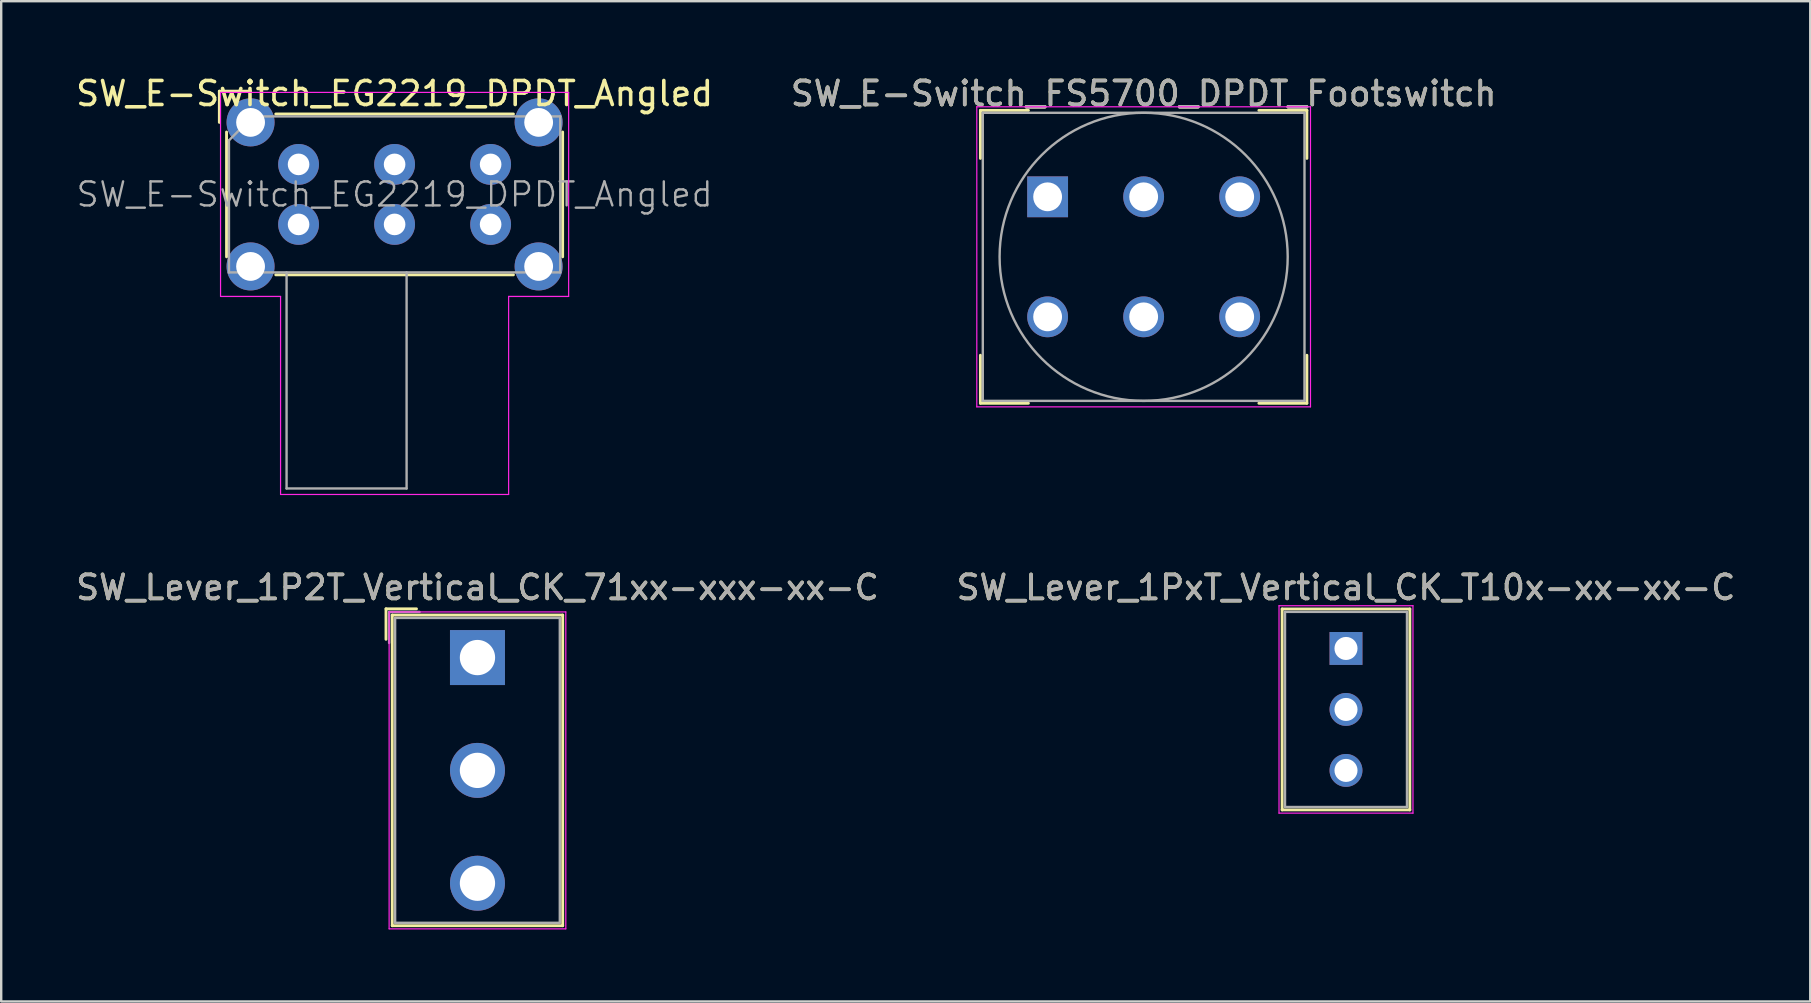
<source format=kicad_pcb>
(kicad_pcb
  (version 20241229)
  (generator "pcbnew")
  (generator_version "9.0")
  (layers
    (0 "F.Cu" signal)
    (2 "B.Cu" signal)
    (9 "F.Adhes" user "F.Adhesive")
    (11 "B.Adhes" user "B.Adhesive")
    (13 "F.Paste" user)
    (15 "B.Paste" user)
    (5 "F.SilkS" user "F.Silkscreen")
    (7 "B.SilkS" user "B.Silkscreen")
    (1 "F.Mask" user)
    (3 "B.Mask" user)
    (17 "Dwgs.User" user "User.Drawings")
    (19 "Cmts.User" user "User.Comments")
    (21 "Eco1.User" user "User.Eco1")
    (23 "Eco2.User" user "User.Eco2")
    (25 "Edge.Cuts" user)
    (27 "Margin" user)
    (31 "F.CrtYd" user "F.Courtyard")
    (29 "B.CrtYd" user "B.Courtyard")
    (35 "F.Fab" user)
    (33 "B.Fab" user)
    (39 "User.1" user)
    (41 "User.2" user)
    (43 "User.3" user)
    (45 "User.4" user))
  (footprint "SW_Lever_1P2T_Vertical_CK_71xx-xxx-xx-C"
    (layer "F.Cu")
    (at 16.839 24.341)
    (property "Reference" "SW_Lever_1P2T_Vertical_CK_71xx-xxx-xx-C" (at 0 -2.92 180) (layer "F.SilkS") (effects (font (size 1 1) (thickness 0.15))))
    (attr through_hole)
    (fp_line (start -3.81 -2.03) (end -3.81 -0.76) (stroke (width 0.12) (type solid)) (layer "F.SilkS"))
    (fp_line (start -3.81 -2.03) (end -2.54 -2.03) (stroke (width 0.12) (type solid)) (layer "F.SilkS"))
    (fp_line (start -3.55 -1.77) (end -3.55 11.17) (stroke (width 0.12) (type solid)) (layer "F.SilkS"))
    (fp_line (start -3.55 -1.77) (end 3.55 -1.77) (stroke (width 0.12) (type solid)) (layer "F.SilkS"))
    (fp_line (start -3.55 11.17) (end 3.55 11.17) (stroke (width 0.12) (type solid)) (layer "F.SilkS"))
    (fp_line (start 3.55 -1.77) (end 3.55 11.17) (stroke (width 0.12) (type solid)) (layer "F.SilkS"))
    (fp_line (start -3.68 -1.9) (end -3.68 11.3) (stroke (width 0.05) (type solid)) (layer "F.CrtYd"))
    (fp_line (start -3.68 -1.9) (end 3.68 -1.9) (stroke (width 0.05) (type solid)) (layer "F.CrtYd"))
    (fp_line (start -3.68 11.3) (end 3.68 11.3) (stroke (width 0.05) (type solid)) (layer "F.CrtYd"))
    (fp_line (start 3.68 -1.9) (end 3.68 11.3) (stroke (width 0.05) (type solid)) (layer "F.CrtYd"))
    (fp_line (start -3.68 -1.9) (end -2.41 -1.9) (stroke (width 0.1) (type solid)) (layer "F.Fab"))
    (fp_line (start -3.68 -0.61) (end -3.68 -1.9) (stroke (width 0.1) (type solid)) (layer "F.Fab"))
    (fp_line (start -3.43 -1.65) (end -3.43 11.05) (stroke (width 0.1) (type solid)) (layer "F.Fab"))
    (fp_line (start -3.43 -1.65) (end 3.43 -1.65) (stroke (width 0.1) (type solid)) (layer "F.Fab"))
    (fp_line (start -3.43 11.05) (end 3.43 11.05) (stroke (width 0.1) (type solid)) (layer "F.Fab"))
    (fp_line (start 3.43 -1.65) (end 3.43 11.05) (stroke (width 0.1) (type solid)) (layer "F.Fab"))
    (fp_text user "${REFERENCE}" (at 0 -2.92 180) (layer "F.Fab") (effects (font (size 1 1) (thickness 0.15))))
    (pad "1" thru_hole rect (at 0 0) (size 2.29 2.29) (drill 1.47) (layers "*.Cu" "*.Mask"))
    (pad "2" thru_hole circle (at 0 4.7) (size 2.29 2.29) (drill 1.47) (layers "*.Cu" "*.Mask"))
    (pad "3" thru_hole circle (at 0 9.4) (size 2.29 2.29) (drill 1.47) (layers "*.Cu" "*.Mask")))
  (footprint "SW_E-Switch_FS5700_DPDT_Footswitch"
    (layer "F.Cu")
    (at 40.589 5.148)
    (property "Reference" "SW_E-Switch_FS5700_DPDT_Footswitch" (at 4 -4.3 0) (layer "F.SilkS") (effects (font (size 1 1) (thickness 0.15))))
    (attr through_hole)
    (fp_line (start -2.8 -3.6) (end -2.8 -1.6) (stroke (width 0.12) (type solid)) (layer "F.SilkS"))
    (fp_line (start -2.8 -3.6) (end -0.8 -3.6) (stroke (width 0.12) (type solid)) (layer "F.SilkS"))
    (fp_line (start -2.8 6.6) (end -2.8 8.6) (stroke (width 0.12) (type solid)) (layer "F.SilkS"))
    (fp_line (start -0.8 8.6) (end -2.8 8.6) (stroke (width 0.12) (type solid)) (layer "F.SilkS"))
    (fp_line (start 8.8 -3.6) (end 10.8 -3.6) (stroke (width 0.12) (type solid)) (layer "F.SilkS"))
    (fp_line (start 10.8 -1.6) (end 10.8 -3.6) (stroke (width 0.12) (type solid)) (layer "F.SilkS"))
    (fp_line (start 10.8 8.6) (end 8.8 8.6) (stroke (width 0.12) (type solid)) (layer "F.SilkS"))
    (fp_line (start 10.8 8.6) (end 10.8 6.6) (stroke (width 0.12) (type solid)) (layer "F.SilkS"))
    (fp_line (start -2.95 -3.75) (end 10.95 -3.75) (stroke (width 0.05) (type solid)) (layer "F.CrtYd"))
    (fp_line (start -2.95 8.75) (end -2.95 -3.75) (stroke (width 0.05) (type solid)) (layer "F.CrtYd"))
    (fp_line (start 10.95 -3.75) (end 10.95 8.75) (stroke (width 0.05) (type solid)) (layer "F.CrtYd"))
    (fp_line (start 10.95 8.75) (end -2.95 8.75) (stroke (width 0.05) (type solid)) (layer "F.CrtYd"))
    (fp_line (start -2.7 -3.5) (end 10.7 -3.5) (stroke (width 0.1) (type solid)) (layer "F.Fab"))
    (fp_line (start -2.7 8.5) (end -2.7 -3.5) (stroke (width 0.1) (type solid)) (layer "F.Fab"))
    (fp_line (start 10.7 -3.5) (end 10.7 8.5) (stroke (width 0.1) (type solid)) (layer "F.Fab"))
    (fp_line (start 10.7 8.5) (end -2.7 8.5) (stroke (width 0.1) (type solid)) (layer "F.Fab"))
    (fp_circle (center 4 2.5) (end 10 2.6) (stroke (width 0.1) (type solid)) (fill no) (layer "F.Fab"))
    (fp_text user "${REFERENCE}" (at 4 -4.3 0) (layer "F.Fab") (effects (font (size 1 1) (thickness 0.15))))
    (pad "1" thru_hole rect (at 0 0) (size 1.7 1.7) (drill 1.2) (layers "*.Cu" "*.Mask"))
    (pad "2" thru_hole circle (at 4 0) (size 1.7 1.7) (drill 1.2) (layers "*.Cu" "*.Mask"))
    (pad "3" thru_hole circle (at 8 0) (size 1.7 1.7) (drill 1.2) (layers "*.Cu" "*.Mask"))
    (pad "4" thru_hole circle (at 0 5) (size 1.7 1.7) (drill 1.2) (layers "*.Cu" "*.Mask"))
    (pad "5" thru_hole circle (at 4 5) (size 1.7 1.7) (drill 1.2) (layers "*.Cu" "*.Mask"))
    (pad "6" thru_hole circle (at 8 5) (size 1.7 1.7) (drill 1.2) (layers "*.Cu" "*.Mask")))
  (footprint "SW_Lever_1PxT_Vertical_CK_T10x-xx-xx-C"
    (layer "F.Cu")
    (at 53.018 23.962)
    (property "Reference" "SW_Lever_1PxT_Vertical_CK_T10x-xx-xx-C" (at 0 -2.54 180) (layer "F.SilkS") (effects (font (size 1 1) (thickness 0.15))))
    (attr through_hole)
    (fp_line (start -2.66 -1.645) (end -2.66 6.725) (stroke (width 0.12) (type solid)) (layer "F.SilkS"))
    (fp_line (start -2.66 -1.645) (end 2.66 -1.645) (stroke (width 0.12) (type solid)) (layer "F.SilkS"))
    (fp_line (start -2.66 6.725) (end 2.66 6.725) (stroke (width 0.12) (type solid)) (layer "F.SilkS"))
    (fp_line (start 2.66 -1.645) (end 2.66 6.725) (stroke (width 0.12) (type solid)) (layer "F.SilkS"))
    (fp_line (start -2.79 -1.78) (end -2.79 6.86) (stroke (width 0.05) (type solid)) (layer "F.CrtYd"))
    (fp_line (start -2.79 -1.78) (end 2.79 -1.78) (stroke (width 0.05) (type solid)) (layer "F.CrtYd"))
    (fp_line (start -2.79 6.86) (end 2.79 6.86) (stroke (width 0.05) (type solid)) (layer "F.CrtYd"))
    (fp_line (start 2.79 -1.78) (end 2.79 6.86) (stroke (width 0.05) (type solid)) (layer "F.CrtYd"))
    (fp_line (start -2.54 -1.525) (end -2.54 6.605) (stroke (width 0.1) (type solid)) (layer "F.Fab"))
    (fp_line (start -2.54 -1.525) (end 2.54 -1.525) (stroke (width 0.1) (type solid)) (layer "F.Fab"))
    (fp_line (start -2.54 6.605) (end 2.54 6.605) (stroke (width 0.1) (type solid)) (layer "F.Fab"))
    (fp_line (start 2.54 -1.525) (end 2.54 6.605) (stroke (width 0.1) (type solid)) (layer "F.Fab"))
    (fp_text user "${REFERENCE}" (at 0 -2.54 180) (layer "F.Fab") (effects (font (size 1 1) (thickness 0.15))))
    (pad "1" thru_hole rect (at 0 0) (size 1.37 1.37) (drill 0.96) (layers "*.Cu" "*.Mask"))
    (pad "2" thru_hole circle (at 0 2.54) (size 1.37 1.37) (drill 0.96) (layers "*.Cu" "*.Mask"))
    (pad "3" thru_hole circle (at 0 5.08) (size 1.37 1.37) (drill 0.96) (layers "*.Cu" "*.Mask")))
  (footprint "SW_E-Switch_EG2219_DPDT_Angled"
    (layer "F.Cu")
    (at 9.387 3.798)
    (property "Reference" "SW_E-Switch_EG2219_DPDT_Angled" (at 4 -2.95 0) (layer "F.SilkS") (effects (font (size 1 1) (thickness 0.15))))
    (attr through_hole)
    (fp_line (start -3.3 -3.05) (end -2 -3.05) (stroke (width 0.12) (type solid)) (layer "F.SilkS"))
    (fp_line (start -3.3 -1.75) (end -3.3 -3.05) (stroke (width 0.12) (type solid)) (layer "F.SilkS"))
    (fp_line (start -3 3.85) (end -3 -1.35) (stroke (width 0.12) (type solid)) (layer "F.SilkS"))
    (fp_line (start -0.95 -2.1) (end 8.95 -2.1) (stroke (width 0.12) (type solid)) (layer "F.SilkS"))
    (fp_line (start 8.95 4.6) (end -0.95 4.6) (stroke (width 0.12) (type solid)) (layer "F.SilkS"))
    (fp_line (start 11 -1.35) (end 11 3.85) (stroke (width 0.12) (type solid)) (layer "F.SilkS"))
    (fp_line (start -3.25 -3) (end 11.25 -3) (stroke (width 0.05) (type solid)) (layer "F.CrtYd"))
    (fp_line (start -3.25 5.5) (end -3.25 -3) (stroke (width 0.05) (type solid)) (layer "F.CrtYd"))
    (fp_line (start -0.75 5.5) (end -3.25 5.5) (stroke (width 0.05) (type solid)) (layer "F.CrtYd"))
    (fp_line (start -0.75 13.75) (end -0.75 5.5) (stroke (width 0.05) (type solid)) (layer "F.CrtYd"))
    (fp_line (start 8.75 5.5) (end 8.75 13.75) (stroke (width 0.05) (type solid)) (layer "F.CrtYd"))
    (fp_line (start 8.75 13.75) (end -0.75 13.75) (stroke (width 0.05) (type solid)) (layer "F.CrtYd"))
    (fp_line (start 11.25 -3) (end 11.25 5.5) (stroke (width 0.05) (type solid)) (layer "F.CrtYd"))
    (fp_line (start 11.25 5.5) (end 8.75 5.5) (stroke (width 0.05) (type solid)) (layer "F.CrtYd"))
    (fp_line (start -2.9 4.5) (end -2.9 -1) (stroke (width 0.1) (type solid)) (layer "F.Fab"))
    (fp_line (start -1.9 -2) (end -2.9 -1) (stroke (width 0.1) (type solid)) (layer "F.Fab"))
    (fp_line (start -1.9 -2) (end 10.9 -2) (stroke (width 0.1) (type solid)) (layer "F.Fab"))
    (fp_line (start -0.5 13.5) (end -0.5 4.5) (stroke (width 0.1) (type solid)) (layer "F.Fab"))
    (fp_line (start 4.5 4.5) (end 4.5 13.5) (stroke (width 0.1) (type solid)) (layer "F.Fab"))
    (fp_line (start 4.5 13.5) (end -0.5 13.5) (stroke (width 0.1) (type solid)) (layer "F.Fab"))
    (fp_line (start 10.9 -2) (end 10.9 4.5) (stroke (width 0.1) (type solid)) (layer "F.Fab"))
    (fp_line (start 10.9 4.5) (end -2.9 4.5) (stroke (width 0.1) (type solid)) (layer "F.Fab"))
    (fp_text user "${REFERENCE}" (at 4 1.25 0) (layer "F.Fab") (effects (font (size 1 1) (thickness 0.1))))
    (pad "" thru_hole circle (at -2 -1.75) (size 2 2) (drill 1.2) (layers "*.Cu" "*.Mask"))
    (pad "" thru_hole circle (at -2 4.25) (size 2 2) (drill 1.2) (layers "*.Cu" "*.Mask"))
    (pad "" thru_hole circle (at 10 -1.75) (size 2 2) (drill 1.2) (layers "*.Cu" "*.Mask"))
    (pad "" thru_hole circle (at 10 4.25) (size 2 2) (drill 1.2) (layers "*.Cu" "*.Mask"))
    (pad "1" thru_hole circle (at 0 0) (size 1.7 1.7) (drill 0.9) (layers "*.Cu" "*.Mask"))
    (pad "2" thru_hole circle (at 4 0) (size 1.7 1.7) (drill 0.9) (layers "*.Cu" "*.Mask"))
    (pad "3" thru_hole circle (at 8 0) (size 1.7 1.7) (drill 0.9) (layers "*.Cu" "*.Mask"))
    (pad "4" thru_hole circle (at 0 2.5) (size 1.7 1.7) (drill 0.9) (layers "*.Cu" "*.Mask"))
    (pad "5" thru_hole circle (at 4 2.5) (size 1.7 1.7) (drill 0.9) (layers "*.Cu" "*.Mask"))
    (pad "6" thru_hole circle (at 8 2.5) (size 1.7 1.7) (drill 0.9) (layers "*.Cu" "*.Mask")))
  (gr_rect
    (start -3 -3)
    (end 72.357 38.666)
    (stroke (width 0.1) (type default))
    (fill no)
    (layer "Edge.Cuts")))
</source>
